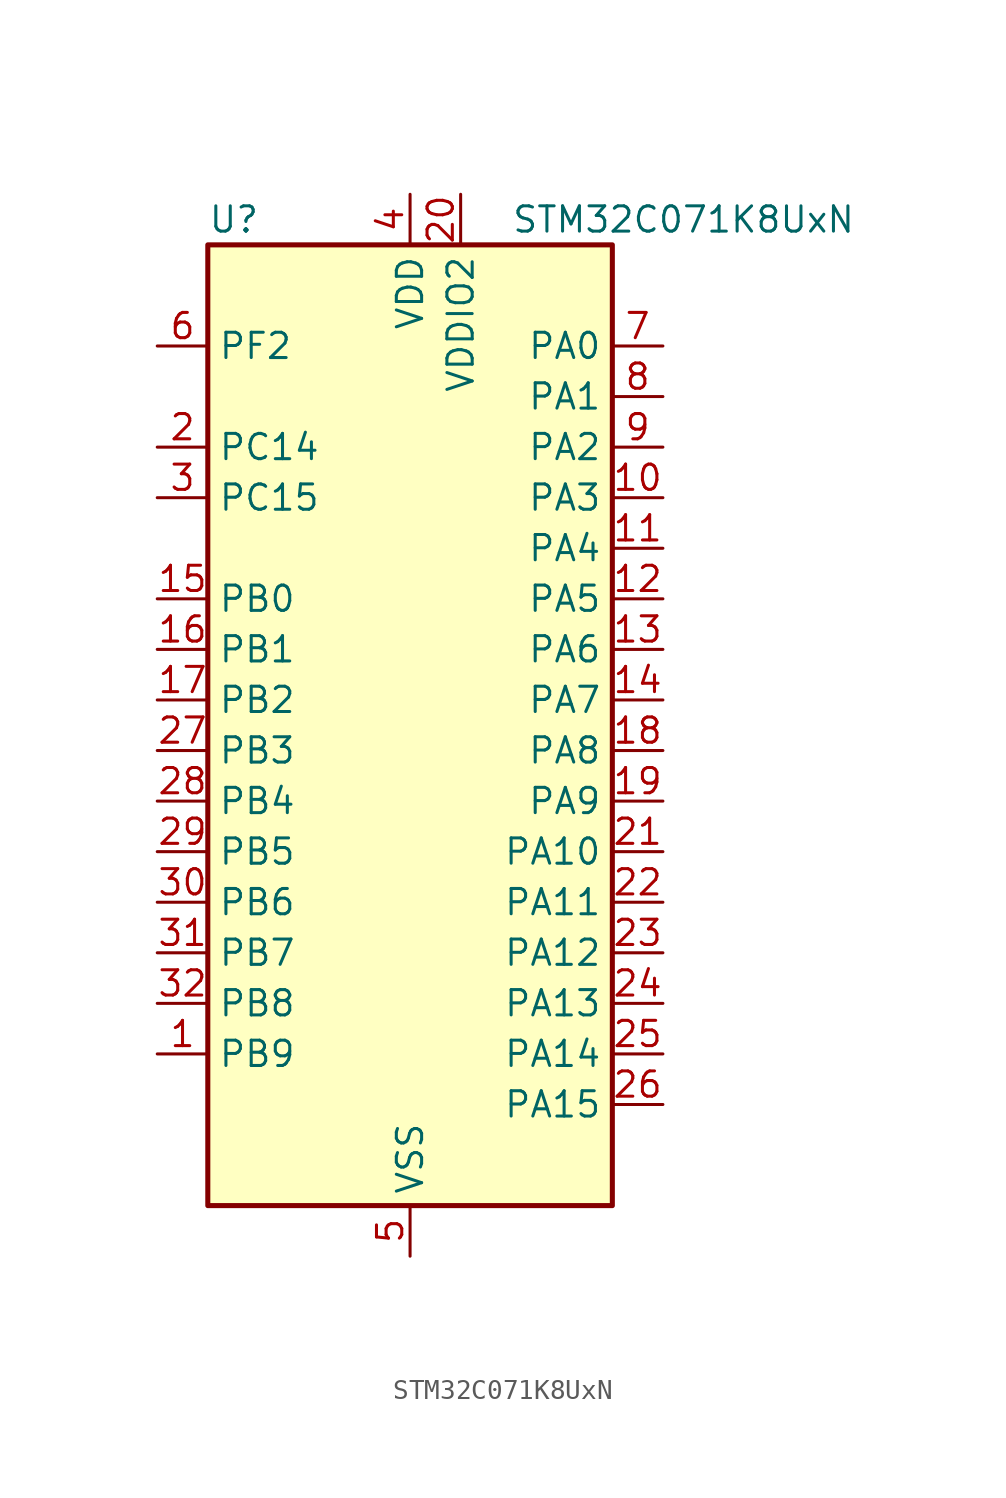
<source format=kicad_sym>
(kicad_symbol_lib
  (version 20241209)
  (generator "kicad_symbol_editor")
  (generator_version "9.0")
  (symbol "STM32C071K8UxN"
    (property "Reference" "U"
      (at -10.16 26.67 0)
      (effects (font (size 1.27 1.27)) (justify left)))
    (property "Value" "STM32C071K8UxN"
      (at 5.08 26.67 0)
      (effects (font (size 1.27 1.27)) (justify left)))
    (symbol "STM32C071K8UxN_0_1"
      (rectangle (start -10.16 -22.86) (end 10.16 25.4) (stroke (width 0.254) (type default)) (fill (type background))))
    (symbol "STM32C071K8UxN_1_1"
      (pin bidirectional line (at -12.7 20.32 0) (length 2.54) (name "PF2" (effects (font (size 1.27 1.27)))) (number "6" (effects (font (size 1.27 1.27)))) (alternate "RCC_MCO" bidirectional line) (alternate "TIM1_CH4" bidirectional line))
      (pin bidirectional line (at -12.7 15.24 0) (length 2.54) (name "PC14" (effects (font (size 1.27 1.27)))) (number "2" (effects (font (size 1.27 1.27)))) (alternate "I2C1_SDA" bidirectional line) (alternate "IR_OUT" bidirectional line) (alternate "RCC_OSCX_IN" bidirectional line) (alternate "SPI2_NSS" bidirectional line) (alternate "TIM17_CH1" bidirectional line) (alternate "TIM1_BKIN2" bidirectional line) (alternate "TIM1_ETR" bidirectional line) (alternate "TIM3_CH2" bidirectional line) (alternate "USART1_TX" bidirectional line) (alternate "USART2_CK" bidirectional line) (alternate "USART2_DE" bidirectional line) (alternate "USART2_RTS" bidirectional line))
      (pin bidirectional line (at -12.7 12.7 0) (length 2.54) (name "PC15" (effects (font (size 1.27 1.27)))) (number "3" (effects (font (size 1.27 1.27)))) (alternate "RCC_OSC32_EN" bidirectional line) (alternate "RCC_OSCX_OUT" bidirectional line) (alternate "RCC_OSC_EN" bidirectional line) (alternate "TIM1_ETR" bidirectional line) (alternate "TIM3_CH3" bidirectional line))
      (pin bidirectional line (at -12.7 7.62 0) (length 2.54) (name "PB0" (effects (font (size 1.27 1.27)))) (number "15" (effects (font (size 1.27 1.27)))) (alternate "ADC1_IN17" bidirectional line) (alternate "I2S1_WS" bidirectional line) (alternate "SPI1_NSS" bidirectional line) (alternate "TIM1_CH2N" bidirectional line) (alternate "TIM3_CH3" bidirectional line))
      (pin bidirectional line (at -12.7 5.08 0) (length 2.54) (name "PB1" (effects (font (size 1.27 1.27)))) (number "16" (effects (font (size 1.27 1.27)))) (alternate "ADC1_IN18" bidirectional line) (alternate "TIM14_CH1" bidirectional line) (alternate "TIM1_CH2N" bidirectional line) (alternate "TIM1_CH3N" bidirectional line) (alternate "TIM3_CH4" bidirectional line))
      (pin bidirectional line (at -12.7 2.54 0) (length 2.54) (name "PB2" (effects (font (size 1.27 1.27)))) (number "17" (effects (font (size 1.27 1.27)))) (alternate "ADC1_IN19" bidirectional line) (alternate "RCC_MCO2" bidirectional line) (alternate "SPI2_MISO" bidirectional line) (alternate "USART1_RX" bidirectional line))
      (pin bidirectional line (at -12.7 0 0) (length 2.54) (name "PB3" (effects (font (size 1.27 1.27)))) (number "27" (effects (font (size 1.27 1.27)))) (alternate "I2C2_SCL" bidirectional line) (alternate "I2S1_CK" bidirectional line) (alternate "SPI1_SCK" bidirectional line) (alternate "TIM1_CH2" bidirectional line) (alternate "TIM2_CH2" bidirectional line) (alternate "TIM3_CH2" bidirectional line) (alternate "USART1_CK" bidirectional line) (alternate "USART1_DE" bidirectional line) (alternate "USART1_RTS" bidirectional line))
      (pin bidirectional line (at -12.7 -2.54 0) (length 2.54) (name "PB4" (effects (font (size 1.27 1.27)))) (number "28" (effects (font (size 1.27 1.27)))) (alternate "I2C2_SDA" bidirectional line) (alternate "I2S1_MCK" bidirectional line) (alternate "SPI1_MISO" bidirectional line) (alternate "TIM17_BKIN" bidirectional line) (alternate "TIM3_CH1" bidirectional line) (alternate "USART1_CTS" bidirectional line) (alternate "USART1_NSS" bidirectional line))
      (pin bidirectional line (at -12.7 -5.08 0) (length 2.54) (name "PB5" (effects (font (size 1.27 1.27)))) (number "29" (effects (font (size 1.27 1.27)))) (alternate "I2C1_SMBA" bidirectional line) (alternate "I2S1_SD" bidirectional line) (alternate "PWR_WKUP6" bidirectional line) (alternate "SPI1_MOSI" bidirectional line) (alternate "TIM16_BKIN" bidirectional line) (alternate "TIM3_CH2" bidirectional line) (alternate "TIM3_CH3" bidirectional line))
      (pin bidirectional line (at -12.7 -7.62 0) (length 2.54) (name "PB6" (effects (font (size 1.27 1.27)))) (number "30" (effects (font (size 1.27 1.27)))) (alternate "I2C1_SCL" bidirectional line) (alternate "I2C1_SMBA" bidirectional line) (alternate "I2S1_CK" bidirectional line) (alternate "I2S1_MCK" bidirectional line) (alternate "I2S1_SD" bidirectional line) (alternate "PWR_WKUP3" bidirectional line) (alternate "SPI1_MISO" bidirectional line) (alternate "SPI1_MOSI" bidirectional line) (alternate "SPI1_SCK" bidirectional line) (alternate "SPI2_MISO" bidirectional line) (alternate "TIM16_BKIN" bidirectional line) (alternate "TIM16_CH1N" bidirectional line) (alternate "TIM17_BKIN" bidirectional line) (alternate "TIM1_CH2" bidirectional line) (alternate "TIM1_CH3" bidirectional line) (alternate "TIM3_CH1" bidirectional line) (alternate "TIM3_CH2" bidirectional line) (alternate "TIM3_CH3" bidirectional line) (alternate "USART1_CTS" bidirectional line) (alternate "USART1_NSS" bidirectional line) (alternate "USART1_TX" bidirectional line))
      (pin bidirectional line (at -12.7 -10.16 0) (length 2.54) (name "PB7" (effects (font (size 1.27 1.27)))) (number "31" (effects (font (size 1.27 1.27)))) (alternate "I2C1_SCL" bidirectional line) (alternate "I2C1_SDA" bidirectional line) (alternate "RTC_REFIN" bidirectional line) (alternate "SPI2_MOSI" bidirectional line) (alternate "TIM16_CH1" bidirectional line) (alternate "TIM17_CH1N" bidirectional line) (alternate "TIM1_CH4" bidirectional line) (alternate "TIM3_CH1" bidirectional line) (alternate "TIM3_CH4" bidirectional line) (alternate "USART1_RX" bidirectional line) (alternate "USART2_CTS" bidirectional line) (alternate "USART2_NSS" bidirectional line))
      (pin bidirectional line (at -12.7 -12.7 0) (length 2.54) (name "PB8" (effects (font (size 1.27 1.27)))) (number "32" (effects (font (size 1.27 1.27)))) (alternate "I2C1_SCL" bidirectional line) (alternate "SPI2_SCK" bidirectional line) (alternate "TIM16_CH1" bidirectional line) (alternate "TIM3_CH1" bidirectional line) (alternate "USART2_CTS" bidirectional line) (alternate "USART2_NSS" bidirectional line))
      (pin bidirectional line (at -12.7 -15.24 0) (length 2.54) (name "PB9" (effects (font (size 1.27 1.27)))) (number "1" (effects (font (size 1.27 1.27)))) (alternate "I2C1_SDA" bidirectional line) (alternate "IR_OUT" bidirectional line) (alternate "SPI2_NSS" bidirectional line) (alternate "TIM17_CH1" bidirectional line) (alternate "TIM3_CH2" bidirectional line) (alternate "USART2_CK" bidirectional line) (alternate "USART2_DE" bidirectional line) (alternate "USART2_RTS" bidirectional line))
      (pin power_in line (at 0 27.94 270) (length 2.54) (name "VDD" (effects (font (size 1.27 1.27)))) (number "4" (effects (font (size 1.27 1.27)))))
      (pin passive line (at 0 -25.4 90) (length 2.54) (hide yes) (name "VSS" (effects (font (size 1.27 1.27)))) (number "33" (effects (font (size 1.27 1.27)))))
      (pin power_in line (at 0 -25.4 90) (length 2.54) (name "VSS" (effects (font (size 1.27 1.27)))) (number "5" (effects (font (size 1.27 1.27)))))
      (pin power_in line (at 2.54 27.94 270) (length 2.54) (name "VDDIO2" (effects (font (size 1.27 1.27)))) (number "20" (effects (font (size 1.27 1.27)))))
      (pin bidirectional line (at 12.7 20.32 180) (length 2.54) (name "PA0" (effects (font (size 1.27 1.27)))) (number "7" (effects (font (size 1.27 1.27)))) (alternate "ADC1_IN0" bidirectional line) (alternate "PWR_WKUP1" bidirectional line) (alternate "SPI2_SCK" bidirectional line) (alternate "TIM16_CH1" bidirectional line) (alternate "TIM1_CH1" bidirectional line) (alternate "TIM2_CH1" bidirectional line) (alternate "TIM2_ETR" bidirectional line) (alternate "USART1_TX" bidirectional line) (alternate "USART2_CTS" bidirectional line) (alternate "USART2_NSS" bidirectional line))
      (pin bidirectional line (at 12.7 17.78 180) (length 2.54) (name "PA1" (effects (font (size 1.27 1.27)))) (number "8" (effects (font (size 1.27 1.27)))) (alternate "ADC1_IN1" bidirectional line) (alternate "I2C1_SMBA" bidirectional line) (alternate "I2S1_CK" bidirectional line) (alternate "SPI1_SCK" bidirectional line) (alternate "TIM17_CH1" bidirectional line) (alternate "TIM1_CH2" bidirectional line) (alternate "TIM2_CH2" bidirectional line) (alternate "USART1_RX" bidirectional line) (alternate "USART2_CK" bidirectional line) (alternate "USART2_DE" bidirectional line) (alternate "USART2_RTS" bidirectional line))
      (pin bidirectional line (at 12.7 15.24 180) (length 2.54) (name "PA2" (effects (font (size 1.27 1.27)))) (number "9" (effects (font (size 1.27 1.27)))) (alternate "ADC1_IN2" bidirectional line) (alternate "I2S1_SD" bidirectional line) (alternate "PWR_WKUP4" bidirectional line) (alternate "RCC_LSCO" bidirectional line) (alternate "SPI1_MOSI" bidirectional line) (alternate "TIM16_CH1N" bidirectional line) (alternate "TIM1_CH3" bidirectional line) (alternate "TIM2_CH3" bidirectional line) (alternate "TIM3_ETR" bidirectional line) (alternate "USART2_TX" bidirectional line))
      (pin bidirectional line (at 12.7 12.7 180) (length 2.54) (name "PA3" (effects (font (size 1.27 1.27)))) (number "10" (effects (font (size 1.27 1.27)))) (alternate "ADC1_IN3" bidirectional line) (alternate "SPI2_MISO" bidirectional line) (alternate "TIM1_CH1N" bidirectional line) (alternate "TIM1_CH4" bidirectional line) (alternate "TIM2_CH4" bidirectional line) (alternate "USART2_RX" bidirectional line))
      (pin bidirectional line (at 12.7 10.16 180) (length 2.54) (name "PA4" (effects (font (size 1.27 1.27)))) (number "11" (effects (font (size 1.27 1.27)))) (alternate "ADC1_IN4" bidirectional line) (alternate "I2S1_WS" bidirectional line) (alternate "PWR_WKUP2" bidirectional line) (alternate "RTC_OUT1" bidirectional line) (alternate "RTC_TS" bidirectional line) (alternate "SPI1_NSS" bidirectional line) (alternate "SPI2_MOSI" bidirectional line) (alternate "TIM14_CH1" bidirectional line) (alternate "TIM17_CH1N" bidirectional line) (alternate "TIM1_CH2N" bidirectional line) (alternate "USART2_TX" bidirectional line) (alternate "USB_NOE" bidirectional line))
      (pin bidirectional line (at 12.7 7.62 180) (length 2.54) (name "PA5" (effects (font (size 1.27 1.27)))) (number "12" (effects (font (size 1.27 1.27)))) (alternate "ADC1_IN5" bidirectional line) (alternate "I2S1_CK" bidirectional line) (alternate "SPI1_SCK" bidirectional line) (alternate "TIM1_CH1" bidirectional line) (alternate "TIM1_CH3N" bidirectional line) (alternate "TIM2_CH1" bidirectional line) (alternate "TIM2_ETR" bidirectional line) (alternate "USART2_RX" bidirectional line))
      (pin bidirectional line (at 12.7 5.08 180) (length 2.54) (name "PA6" (effects (font (size 1.27 1.27)))) (number "13" (effects (font (size 1.27 1.27)))) (alternate "ADC1_IN6" bidirectional line) (alternate "I2C2_SDA" bidirectional line) (alternate "I2S1_MCK" bidirectional line) (alternate "SPI1_MISO" bidirectional line) (alternate "TIM16_CH1" bidirectional line) (alternate "TIM1_BKIN" bidirectional line) (alternate "TIM3_CH1" bidirectional line))
      (pin bidirectional line (at 12.7 2.54 180) (length 2.54) (name "PA7" (effects (font (size 1.27 1.27)))) (number "14" (effects (font (size 1.27 1.27)))) (alternate "ADC1_IN7" bidirectional line) (alternate "I2C2_SCL" bidirectional line) (alternate "I2S1_SD" bidirectional line) (alternate "SPI1_MOSI" bidirectional line) (alternate "TIM14_CH1" bidirectional line) (alternate "TIM17_CH1" bidirectional line) (alternate "TIM1_CH1N" bidirectional line) (alternate "TIM3_CH2" bidirectional line))
      (pin bidirectional line (at 12.7 0 180) (length 2.54) (name "PA8" (effects (font (size 1.27 1.27)))) (number "18" (effects (font (size 1.27 1.27)))) (alternate "ADC1_IN8" bidirectional line) (alternate "CRS_SYNC" bidirectional line) (alternate "I2S1_WS" bidirectional line) (alternate "RCC_MCO" bidirectional line) (alternate "RCC_MCO2" bidirectional line) (alternate "SPI1_NSS" bidirectional line) (alternate "SPI2_MISO" bidirectional line) (alternate "SPI2_NSS" bidirectional line) (alternate "TIM14_CH1" bidirectional line) (alternate "TIM1_CH1" bidirectional line) (alternate "TIM1_CH2N" bidirectional line) (alternate "TIM1_CH3N" bidirectional line) (alternate "TIM3_CH3" bidirectional line) (alternate "TIM3_CH4" bidirectional line) (alternate "USART1_RX" bidirectional line) (alternate "USART2_TX" bidirectional line))
      (pin bidirectional line (at 12.7 -2.54 180) (length 2.54) (name "PA9" (effects (font (size 1.27 1.27)))) (number "19" (effects (font (size 1.27 1.27)))) (alternate "I2C1_SCL" bidirectional line) (alternate "I2C2_SCL" bidirectional line) (alternate "RCC_MCO" bidirectional line) (alternate "SPI2_MISO" bidirectional line) (alternate "TIM1_CH2" bidirectional line) (alternate "TIM3_ETR" bidirectional line) (alternate "USART1_TX" bidirectional line))
      (pin bidirectional line (at 12.7 -5.08 180) (length 2.54) (name "PA10" (effects (font (size 1.27 1.27)))) (number "21" (effects (font (size 1.27 1.27)))) (alternate "I2C1_SDA" bidirectional line) (alternate "I2C2_SDA" bidirectional line) (alternate "RCC_MCO2" bidirectional line) (alternate "SPI2_MOSI" bidirectional line) (alternate "TIM17_BKIN" bidirectional line) (alternate "TIM1_CH3" bidirectional line) (alternate "USART1_RX" bidirectional line))
      (pin bidirectional line (at 12.7 -7.62 180) (length 2.54) (name "PA11" (effects (font (size 1.27 1.27)))) (number "22" (effects (font (size 1.27 1.27)))) (alternate "ADC1_EXTI11" bidirectional line) (alternate "I2C2_SCL" bidirectional line) (alternate "I2S1_MCK" bidirectional line) (alternate "SPI1_MISO" bidirectional line) (alternate "TIM1_BKIN2" bidirectional line) (alternate "TIM1_CH4" bidirectional line) (alternate "USART1_CTS" bidirectional line) (alternate "USART1_NSS" bidirectional line) (alternate "USB_DM" bidirectional line))
      (pin bidirectional line (at 12.7 -10.16 180) (length 2.54) (name "PA12" (effects (font (size 1.27 1.27)))) (number "23" (effects (font (size 1.27 1.27)))) (alternate "I2C2_SDA" bidirectional line) (alternate "I2S1_SD" bidirectional line) (alternate "I2S_CKIN" bidirectional line) (alternate "SPI1_MOSI" bidirectional line) (alternate "TIM1_ETR" bidirectional line) (alternate "USART1_CK" bidirectional line) (alternate "USART1_DE" bidirectional line) (alternate "USART1_RTS" bidirectional line) (alternate "USB_DP" bidirectional line))
      (pin bidirectional line (at 12.7 -12.7 180) (length 2.54) (name "PA13" (effects (font (size 1.27 1.27)))) (number "24" (effects (font (size 1.27 1.27)))) (alternate "ADC1_IN13" bidirectional line) (alternate "DEBUG_SWDIO" bidirectional line) (alternate "IR_OUT" bidirectional line) (alternate "TIM3_ETR" bidirectional line) (alternate "USART2_RX" bidirectional line) (alternate "USB_NOE" bidirectional line))
      (pin bidirectional line (at 12.7 -15.24 180) (length 2.54) (name "PA14" (effects (font (size 1.27 1.27)))) (number "25" (effects (font (size 1.27 1.27)))) (alternate "ADC1_IN14" bidirectional line) (alternate "DEBUG_SWCLK" bidirectional line) (alternate "I2S1_WS" bidirectional line) (alternate "RCC_MCO2" bidirectional line) (alternate "SPI1_NSS" bidirectional line) (alternate "TIM1_CH1" bidirectional line) (alternate "USART1_CK" bidirectional line) (alternate "USART1_DE" bidirectional line) (alternate "USART1_RTS" bidirectional line) (alternate "USART2_RX" bidirectional line) (alternate "USART2_TX" bidirectional line))
      (pin bidirectional line (at 12.7 -17.78 180) (length 2.54) (name "PA15" (effects (font (size 1.27 1.27)))) (number "26" (effects (font (size 1.27 1.27)))) (alternate "I2S1_WS" bidirectional line) (alternate "RCC_MCO2" bidirectional line) (alternate "SPI1_NSS" bidirectional line) (alternate "TIM1_CH1" bidirectional line) (alternate "TIM2_CH1" bidirectional line) (alternate "TIM2_ETR" bidirectional line) (alternate "USART1_CK" bidirectional line) (alternate "USART1_DE" bidirectional line) (alternate "USART1_RTS" bidirectional line) (alternate "USART2_RX" bidirectional line) (alternate "USB_NOE" bidirectional line)))))
</source>
